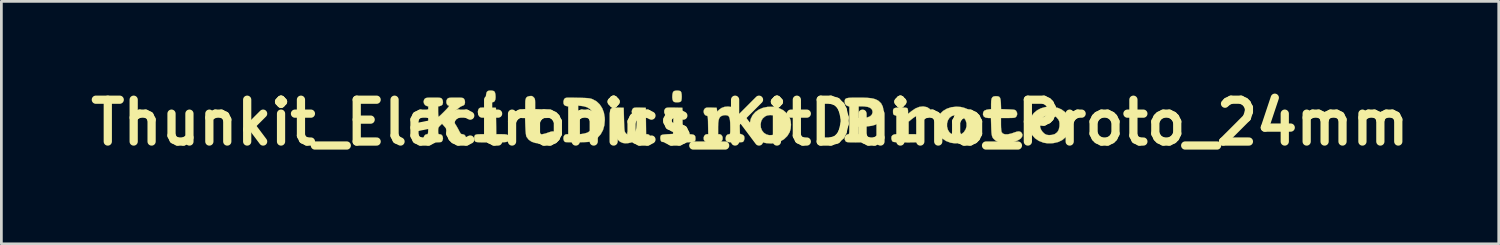
<source format=kicad_pcb>
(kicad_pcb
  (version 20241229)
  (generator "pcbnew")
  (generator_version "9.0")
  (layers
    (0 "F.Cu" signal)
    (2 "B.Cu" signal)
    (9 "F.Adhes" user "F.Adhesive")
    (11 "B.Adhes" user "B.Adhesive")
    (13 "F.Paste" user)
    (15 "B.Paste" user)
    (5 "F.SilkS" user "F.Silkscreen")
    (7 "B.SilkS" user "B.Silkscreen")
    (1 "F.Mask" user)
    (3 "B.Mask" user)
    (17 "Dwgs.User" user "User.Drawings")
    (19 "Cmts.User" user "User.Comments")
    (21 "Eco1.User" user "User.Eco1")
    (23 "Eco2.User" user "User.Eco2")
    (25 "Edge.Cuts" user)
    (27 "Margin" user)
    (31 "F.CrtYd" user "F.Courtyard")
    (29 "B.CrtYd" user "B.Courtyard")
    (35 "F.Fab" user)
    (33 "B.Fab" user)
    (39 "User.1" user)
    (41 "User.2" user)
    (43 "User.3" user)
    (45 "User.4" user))
  (footprint "Thunkit_Electronics_KitDuino_Proto_24mm"
    (layer "F.Cu")
    (at 24.282 1.418)
    (property "Reference" "Thunkit_Electronics_KitDuino_Proto_24mm" (at 0 0 0) (layer "F.SilkS") (effects (font (size 1.524 1.524) (thickness 0.3))))
    (attr through_hole)
    (fp_poly (pts (xy -9.407 -1.166) (xy -9.346 -1.152) (xy -9.317 -1.135) (xy -9.292 -1.087) (xy -9.278 -1.014) (xy -9.273 -0.93) (xy -9.28 -0.852) (xy -9.3 -0.795) (xy -9.301 -0.794) (xy -9.328 -0.762) (xy -9.364 -0.746) (xy -9.423 -0.741) (xy -9.449 -0.741) (xy -9.52 -0.746) (xy -9.57 -0.758) (xy -9.583 -0.767) (xy -9.611 -0.829) (xy -9.624 -0.914) (xy -9.621 -1.006) (xy -9.603 -1.089) (xy -9.58 -1.133) (xy -9.541 -1.156) (xy -9.478 -1.168) (xy -9.407 -1.166)) (stroke (width 0.01) (type solid)) (fill yes) (layer "F.SilkS"))
    (fp_poly (pts (xy -2.603 -1.164) (xy -2.543 -1.149) (xy -2.524 -1.136) (xy -2.505 -1.095) (xy -2.493 -1.027) (xy -2.489 -0.946) (xy -2.493 -0.867) (xy -2.504 -0.803) (xy -2.517 -0.775) (xy -2.558 -0.751) (xy -2.634 -0.741) (xy -2.659 -0.741) (xy -2.728 -0.744) (xy -2.77 -0.756) (xy -2.798 -0.782) (xy -2.807 -0.794) (xy -2.826 -0.85) (xy -2.834 -0.927) (xy -2.83 -1.011) (xy -2.816 -1.085) (xy -2.791 -1.134) (xy -2.79 -1.135) (xy -2.744 -1.157) (xy -2.675 -1.167) (xy -2.603 -1.164)) (stroke (width 0.01) (type solid)) (fill yes) (layer "F.SilkS"))
    (fp_poly (pts (xy -9.528 -0.546) (xy -9.525 -0.546) (xy -9.26 -0.54) (xy -9.255 -0.058) (xy -9.249 0.423) (xy -9.05 0.423) (xy -8.939 0.426) (xy -8.863 0.437) (xy -8.817 0.459) (xy -8.792 0.496) (xy -8.784 0.552) (xy -8.784 0.57) (xy -8.785 0.612) (xy -8.791 0.646) (xy -8.806 0.672) (xy -8.834 0.69) (xy -8.881 0.704) (xy -8.951 0.712) (xy -9.047 0.717) (xy -9.175 0.719) (xy -9.339 0.72) (xy -9.423 0.72) (xy -9.593 0.719) (xy -9.725 0.719) (xy -9.825 0.717) (xy -9.898 0.714) (xy -9.949 0.709) (xy -9.982 0.703) (xy -10.003 0.694) (xy -10.017 0.683) (xy -10.019 0.681) (xy -10.045 0.627) (xy -10.053 0.558) (xy -10.042 0.492) (xy -10.021 0.457) (xy -9.993 0.44) (xy -9.945 0.429) (xy -9.869 0.424) (xy -9.788 0.423) (xy -9.588 0.423) (xy -9.588 -0.227) (xy -9.719 -0.24) (xy -9.792 -0.251) (xy -9.85 -0.265) (xy -9.875 -0.276) (xy -9.908 -0.326) (xy -9.918 -0.392) (xy -9.907 -0.459) (xy -9.877 -0.514) (xy -9.835 -0.541) (xy -9.797 -0.545) (xy -9.726 -0.547) (xy -9.634 -0.547) (xy -9.528 -0.546)) (stroke (width 0.01) (type solid)) (fill yes) (layer "F.SilkS"))
    (fp_poly (pts (xy -2.756 -0.546) (xy -2.466 -0.54) (xy -2.46 -0.058) (xy -2.455 0.423) (xy -2.257 0.423) (xy -2.145 0.427) (xy -2.069 0.439) (xy -2.021 0.464) (xy -1.997 0.505) (xy -1.99 0.565) (xy -1.99 0.575) (xy -1.991 0.616) (xy -1.997 0.649) (xy -2.013 0.673) (xy -2.042 0.692) (xy -2.09 0.704) (xy -2.161 0.712) (xy -2.259 0.717) (xy -2.39 0.719) (xy -2.556 0.72) (xy -2.628 0.72) (xy -2.805 0.719) (xy -2.944 0.718) (xy -3.05 0.715) (xy -3.127 0.711) (xy -3.18 0.705) (xy -3.213 0.698) (xy -3.229 0.69) (xy -3.256 0.648) (xy -3.269 0.584) (xy -3.267 0.518) (xy -3.247 0.467) (xy -3.242 0.461) (xy -3.207 0.446) (xy -3.137 0.434) (xy -3.037 0.425) (xy -3.01 0.423) (xy -2.805 0.413) (xy -2.799 0.093) (xy -2.793 -0.227) (xy -2.926 -0.24) (xy -3.012 -0.253) (xy -3.067 -0.274) (xy -3.096 -0.299) (xy -3.127 -0.366) (xy -3.127 -0.44) (xy -3.094 -0.504) (xy -3.09 -0.509) (xy -3.069 -0.526) (xy -3.044 -0.537) (xy -3.005 -0.544) (xy -2.946 -0.547) (xy -2.859 -0.547) (xy -2.756 -0.546)) (stroke (width 0.01) (type solid)) (fill yes) (layer "F.SilkS"))
    (fp_poly (pts (xy 0.88 -0.57) (xy 1.057 -0.526) (xy 1.208 -0.451) (xy 1.333 -0.345) (xy 1.427 -0.211) (xy 1.446 -0.172) (xy 1.481 -0.055) (xy 1.492 0.08) (xy 1.481 0.217) (xy 1.447 0.339) (xy 1.443 0.349) (xy 1.359 0.486) (xy 1.245 0.598) (xy 1.106 0.682) (xy 0.948 0.737) (xy 0.775 0.759) (xy 0.594 0.748) (xy 0.516 0.732) (xy 0.356 0.674) (xy 0.222 0.585) (xy 0.115 0.472) (xy 0.039 0.338) (xy -0.003 0.189) (xy -0.008 0.051) (xy 0.386 0.051) (xy 0.393 0.177) (xy 0.434 0.284) (xy 0.502 0.37) (xy 0.591 0.429) (xy 0.695 0.458) (xy 0.808 0.454) (xy 0.923 0.413) (xy 0.947 0.399) (xy 1.023 0.329) (xy 1.072 0.237) (xy 1.095 0.131) (xy 1.092 0.021) (xy 1.064 -0.083) (xy 1.009 -0.172) (xy 0.931 -0.236) (xy 0.838 -0.268) (xy 0.732 -0.276) (xy 0.629 -0.262) (xy 0.55 -0.228) (xy 0.462 -0.152) (xy 0.41 -0.064) (xy 0.386 0.046) (xy 0.386 0.051) (xy -0.008 0.051) (xy -0.009 0.031) (xy 0.025 -0.133) (xy 0.028 -0.14) (xy 0.095 -0.274) (xy 0.196 -0.388) (xy 0.324 -0.477) (xy 0.474 -0.54) (xy 0.641 -0.574) (xy 0.82 -0.576) (xy 0.88 -0.57)) (stroke (width 0.01) (type solid)) (fill yes) (layer "F.SilkS"))
    (fp_poly (pts (xy 7.676 -0.57) (xy 7.8 -0.54) (xy 7.924 -0.491) (xy 8.034 -0.428) (xy 8.116 -0.358) (xy 8.122 -0.351) (xy 8.21 -0.215) (xy 8.263 -0.062) (xy 8.28 0.102) (xy 8.259 0.267) (xy 8.244 0.32) (xy 8.185 0.438) (xy 8.093 0.547) (xy 7.979 0.638) (xy 7.863 0.697) (xy 7.734 0.733) (xy 7.588 0.751) (xy 7.443 0.752) (xy 7.317 0.734) (xy 7.313 0.734) (xy 7.143 0.67) (xy 7.001 0.575) (xy 6.888 0.448) (xy 6.835 0.36) (xy 6.799 0.255) (xy 6.785 0.142) (xy 7.178 0.142) (xy 7.207 0.253) (xy 7.216 0.272) (xy 7.261 0.346) (xy 7.313 0.394) (xy 7.388 0.43) (xy 7.403 0.435) (xy 7.487 0.459) (xy 7.56 0.462) (xy 7.644 0.444) (xy 7.71 0.412) (xy 7.778 0.359) (xy 7.796 0.341) (xy 7.86 0.241) (xy 7.89 0.131) (xy 7.888 0.018) (xy 7.854 -0.089) (xy 7.79 -0.18) (xy 7.703 -0.244) (xy 7.623 -0.268) (xy 7.524 -0.274) (xy 7.424 -0.263) (xy 7.345 -0.236) (xy 7.265 -0.171) (xy 7.209 -0.08) (xy 7.179 0.028) (xy 7.178 0.142) (xy 6.785 0.142) (xy 6.783 0.129) (xy 6.787 -0.002) (xy 6.811 -0.122) (xy 6.829 -0.172) (xy 6.916 -0.312) (xy 7.032 -0.424) (xy 7.174 -0.508) (xy 7.338 -0.561) (xy 7.517 -0.58) (xy 7.676 -0.57)) (stroke (width 0.01) (type solid)) (fill yes) (layer "F.SilkS"))
    (fp_poly (pts (xy 11.063 -0.57) (xy 11.219 -0.536) (xy 11.35 -0.479) (xy 11.466 -0.394) (xy 11.479 -0.382) (xy 11.575 -0.272) (xy 11.637 -0.148) (xy 11.667 -0.004) (xy 11.671 0.095) (xy 11.663 0.226) (xy 11.637 0.331) (xy 11.589 0.423) (xy 11.512 0.519) (xy 11.503 0.529) (xy 11.379 0.634) (xy 11.234 0.705) (xy 11.065 0.745) (xy 10.981 0.752) (xy 10.826 0.752) (xy 10.7 0.732) (xy 10.69 0.729) (xy 10.522 0.664) (xy 10.385 0.571) (xy 10.282 0.453) (xy 10.214 0.311) (xy 10.18 0.147) (xy 10.179 0.104) (xy 10.566 0.104) (xy 10.573 0.172) (xy 10.604 0.256) (xy 10.66 0.338) (xy 10.732 0.406) (xy 10.803 0.444) (xy 10.894 0.456) (xy 10.999 0.448) (xy 11.094 0.422) (xy 11.111 0.413) (xy 11.195 0.35) (xy 11.249 0.259) (xy 11.275 0.138) (xy 11.277 0.106) (xy 11.278 0.02) (xy 11.268 -0.042) (xy 11.244 -0.098) (xy 11.235 -0.114) (xy 11.161 -0.202) (xy 11.062 -0.255) (xy 10.938 -0.275) (xy 10.927 -0.275) (xy 10.801 -0.257) (xy 10.698 -0.206) (xy 10.623 -0.127) (xy 10.578 -0.022) (xy 10.566 0.104) (xy 10.179 0.104) (xy 10.177 0.069) (xy 10.198 -0.087) (xy 10.254 -0.228) (xy 10.342 -0.349) (xy 10.459 -0.447) (xy 10.599 -0.521) (xy 10.759 -0.566) (xy 10.934 -0.58) (xy 11.063 -0.57)) (stroke (width 0.01) (type solid)) (fill yes) (layer "F.SilkS"))
    (fp_poly (pts (xy 6.44 -0.564) (xy 6.456 -0.558) (xy 6.536 -0.508) (xy 6.586 -0.439) (xy 6.602 -0.361) (xy 6.583 -0.281) (xy 6.561 -0.247) (xy 6.494 -0.194) (xy 6.408 -0.177) (xy 6.307 -0.197) (xy 6.275 -0.21) (xy 6.198 -0.24) (xy 6.134 -0.253) (xy 6.075 -0.245) (xy 6.011 -0.215) (xy 5.932 -0.159) (xy 5.867 -0.108) (xy 5.779 -0.035) (xy 5.779 0.423) (xy 5.989 0.423) (xy 6.102 0.426) (xy 6.18 0.435) (xy 6.229 0.456) (xy 6.255 0.49) (xy 6.265 0.542) (xy 6.265 0.57) (xy 6.264 0.615) (xy 6.257 0.65) (xy 6.239 0.676) (xy 6.205 0.695) (xy 6.151 0.707) (xy 6.072 0.715) (xy 5.964 0.718) (xy 5.82 0.72) (xy 5.712 0.72) (xy 5.541 0.719) (xy 5.41 0.717) (xy 5.313 0.712) (xy 5.247 0.706) (xy 5.209 0.698) (xy 5.2 0.693) (xy 5.172 0.655) (xy 5.153 0.598) (xy 5.151 0.59) (xy 5.154 0.512) (xy 5.192 0.458) (xy 5.263 0.428) (xy 5.323 0.423) (xy 5.419 0.423) (xy 5.419 -0.225) (xy 5.318 -0.256) (xy 5.258 -0.276) (xy 5.228 -0.297) (xy 5.215 -0.333) (xy 5.211 -0.378) (xy 5.211 -0.447) (xy 5.225 -0.495) (xy 5.26 -0.525) (xy 5.321 -0.542) (xy 5.415 -0.549) (xy 5.492 -0.55) (xy 5.608 -0.548) (xy 5.688 -0.54) (xy 5.73 -0.527) (xy 5.732 -0.525) (xy 5.748 -0.489) (xy 5.757 -0.43) (xy 5.757 -0.409) (xy 5.757 -0.318) (xy 5.885 -0.42) (xy 6.029 -0.517) (xy 6.171 -0.573) (xy 6.309 -0.589) (xy 6.44 -0.564)) (stroke (width 0.01) (type solid)) (fill yes) (layer "F.SilkS"))
    (fp_poly (pts (xy 9.032 -0.958) (xy 9.08 -0.94) (xy 9.111 -0.9) (xy 9.129 -0.834) (xy 9.139 -0.735) (xy 9.141 -0.69) (xy 9.148 -0.492) (xy 9.403 -0.483) (xy 9.512 -0.478) (xy 9.586 -0.473) (xy 9.635 -0.465) (xy 9.666 -0.453) (xy 9.688 -0.436) (xy 9.697 -0.425) (xy 9.731 -0.356) (xy 9.731 -0.281) (xy 9.699 -0.217) (xy 9.694 -0.212) (xy 9.672 -0.193) (xy 9.642 -0.181) (xy 9.597 -0.174) (xy 9.528 -0.17) (xy 9.427 -0.169) (xy 9.398 -0.169) (xy 9.144 -0.169) (xy 9.144 0.063) (xy 9.146 0.167) (xy 9.152 0.257) (xy 9.161 0.323) (xy 9.169 0.348) (xy 9.214 0.4) (xy 9.29 0.426) (xy 9.393 0.426) (xy 9.521 0.398) (xy 9.627 0.361) (xy 9.727 0.328) (xy 9.8 0.32) (xy 9.856 0.337) (xy 9.885 0.36) (xy 9.924 0.423) (xy 9.922 0.492) (xy 9.881 0.561) (xy 9.848 0.592) (xy 9.752 0.651) (xy 9.628 0.699) (xy 9.487 0.733) (xy 9.344 0.751) (xy 9.209 0.749) (xy 9.147 0.74) (xy 9.03 0.702) (xy 8.93 0.643) (xy 8.857 0.57) (xy 8.836 0.535) (xy 8.819 0.491) (xy 8.807 0.434) (xy 8.798 0.355) (xy 8.792 0.247) (xy 8.788 0.143) (xy 8.779 -0.169) (xy 8.676 -0.169) (xy 8.582 -0.183) (xy 8.519 -0.222) (xy 8.49 -0.286) (xy 8.488 -0.313) (xy 8.501 -0.388) (xy 8.544 -0.439) (xy 8.621 -0.469) (xy 8.668 -0.477) (xy 8.784 -0.492) (xy 8.784 -0.677) (xy 8.788 -0.794) (xy 8.803 -0.876) (xy 8.833 -0.927) (xy 8.88 -0.954) (xy 8.949 -0.963) (xy 8.961 -0.963) (xy 9.032 -0.958)) (stroke (width 0.01) (type solid)) (fill yes) (layer "F.SilkS"))
    (fp_poly (pts (xy -7.923 -0.956) (xy -7.886 -0.924) (xy -7.86 -0.895) (xy -7.844 -0.863) (xy -7.835 -0.818) (xy -7.832 -0.75) (xy -7.832 -0.681) (xy -7.832 -0.492) (xy -7.575 -0.483) (xy -7.465 -0.478) (xy -7.39 -0.473) (xy -7.341 -0.465) (xy -7.31 -0.454) (xy -7.288 -0.436) (xy -7.278 -0.425) (xy -7.245 -0.356) (xy -7.244 -0.281) (xy -7.277 -0.217) (xy -7.281 -0.212) (xy -7.304 -0.193) (xy -7.334 -0.181) (xy -7.379 -0.174) (xy -7.448 -0.17) (xy -7.549 -0.169) (xy -7.578 -0.169) (xy -7.832 -0.169) (xy -7.832 0.063) (xy -7.829 0.167) (xy -7.823 0.257) (xy -7.814 0.323) (xy -7.807 0.348) (xy -7.761 0.4) (xy -7.685 0.426) (xy -7.582 0.426) (xy -7.455 0.398) (xy -7.349 0.361) (xy -7.249 0.328) (xy -7.175 0.32) (xy -7.12 0.337) (xy -7.091 0.36) (xy -7.052 0.423) (xy -7.054 0.493) (xy -7.095 0.563) (xy -7.122 0.59) (xy -7.208 0.645) (xy -7.324 0.692) (xy -7.458 0.727) (xy -7.597 0.748) (xy -7.729 0.752) (xy -7.825 0.741) (xy -7.961 0.695) (xy -8.067 0.621) (xy -8.145 0.517) (xy -8.149 0.51) (xy -8.16 0.468) (xy -8.171 0.39) (xy -8.18 0.283) (xy -8.186 0.155) (xy -8.187 0.145) (xy -8.198 -0.169) (xy -8.3 -0.169) (xy -8.394 -0.183) (xy -8.456 -0.222) (xy -8.486 -0.286) (xy -8.488 -0.313) (xy -8.474 -0.388) (xy -8.431 -0.439) (xy -8.354 -0.469) (xy -8.308 -0.477) (xy -8.191 -0.492) (xy -8.191 -0.677) (xy -8.188 -0.791) (xy -8.173 -0.87) (xy -8.144 -0.922) (xy -8.097 -0.951) (xy -8.029 -0.967) (xy -7.966 -0.971) (xy -7.923 -0.956)) (stroke (width 0.01) (type solid)) (fill yes) (layer "F.SilkS"))
    (fp_poly (pts (xy -4.045 -0.547) (xy -4.014 -0.546) (xy -3.799 -0.54) (xy -3.794 -0.058) (xy -3.788 0.423) (xy -3.739 0.423) (xy -3.679 0.442) (xy -3.637 0.494) (xy -3.62 0.569) (xy -3.619 0.575) (xy -3.626 0.636) (xy -3.648 0.678) (xy -3.694 0.703) (xy -3.768 0.715) (xy -3.876 0.716) (xy -3.897 0.715) (xy -4.096 0.709) (xy -4.107 0.635) (xy -4.116 0.591) (xy -4.127 0.587) (xy -4.132 0.596) (xy -4.173 0.648) (xy -4.245 0.692) (xy -4.339 0.727) (xy -4.444 0.748) (xy -4.548 0.753) (xy -4.633 0.742) (xy -4.737 0.697) (xy -4.821 0.619) (xy -4.868 0.548) (xy -4.888 0.511) (xy -4.903 0.473) (xy -4.913 0.429) (xy -4.919 0.369) (xy -4.924 0.285) (xy -4.927 0.171) (xy -4.928 0.112) (xy -4.935 -0.231) (xy -5.006 -0.254) (xy -5.061 -0.28) (xy -5.09 -0.319) (xy -5.101 -0.384) (xy -5.101 -0.414) (xy -5.093 -0.471) (xy -5.066 -0.51) (xy -5.014 -0.534) (xy -4.932 -0.545) (xy -4.815 -0.546) (xy -4.802 -0.546) (xy -4.604 -0.54) (xy -4.593 -0.113) (xy -4.589 0.034) (xy -4.585 0.144) (xy -4.58 0.225) (xy -4.574 0.281) (xy -4.566 0.321) (xy -4.554 0.349) (xy -4.539 0.373) (xy -4.538 0.374) (xy -4.498 0.415) (xy -4.447 0.435) (xy -4.397 0.44) (xy -4.328 0.44) (xy -4.277 0.421) (xy -4.233 0.387) (xy -4.191 0.339) (xy -4.161 0.278) (xy -4.142 0.196) (xy -4.132 0.086) (xy -4.128 -0.047) (xy -4.128 -0.232) (xy -4.196 -0.249) (xy -4.262 -0.285) (xy -4.301 -0.344) (xy -4.311 -0.415) (xy -4.288 -0.485) (xy -4.263 -0.518) (xy -4.239 -0.534) (xy -4.2 -0.543) (xy -4.138 -0.547) (xy -4.045 -0.547)) (stroke (width 0.01) (type solid)) (fill yes) (layer "F.SilkS"))
    (fp_poly (pts (xy -6.505 -0.909) (xy -6.382 -0.907) (xy -6.287 -0.905) (xy -6.136 -0.902) (xy -6.02 -0.898) (xy -5.932 -0.893) (xy -5.865 -0.886) (xy -5.813 -0.876) (xy -5.767 -0.863) (xy -5.735 -0.851) (xy -5.595 -0.774) (xy -5.478 -0.664) (xy -5.388 -0.526) (xy -5.326 -0.363) (xy -5.295 -0.18) (xy -5.292 -0.095) (xy -5.31 0.099) (xy -5.36 0.274) (xy -5.443 0.425) (xy -5.555 0.55) (xy -5.694 0.645) (xy -5.726 0.66) (xy -5.764 0.677) (xy -5.803 0.689) (xy -5.849 0.698) (xy -5.908 0.704) (xy -5.988 0.709) (xy -6.096 0.712) (xy -6.237 0.714) (xy -6.276 0.715) (xy -6.41 0.716) (xy -6.53 0.715) (xy -6.63 0.713) (xy -6.703 0.71) (xy -6.741 0.706) (xy -6.746 0.704) (xy -6.783 0.657) (xy -6.801 0.59) (xy -6.795 0.521) (xy -6.793 0.514) (xy -6.759 0.454) (xy -6.714 0.429) (xy -6.265 0.429) (xy -6.133 0.414) (xy -6.044 0.399) (xy -5.957 0.375) (xy -5.91 0.357) (xy -5.824 0.296) (xy -5.762 0.215) (xy -5.735 0.165) (xy -5.718 0.119) (xy -5.709 0.065) (xy -5.705 -0.009) (xy -5.704 -0.095) (xy -5.705 -0.196) (xy -5.71 -0.266) (xy -5.721 -0.318) (xy -5.739 -0.364) (xy -5.762 -0.405) (xy -5.835 -0.495) (xy -5.933 -0.557) (xy -6.062 -0.596) (xy -6.134 -0.606) (xy -6.265 -0.62) (xy -6.265 0.429) (xy -6.714 0.429) (xy -6.711 0.427) (xy -6.673 0.424) (xy -6.625 0.423) (xy -6.625 -0.589) (xy -6.687 -0.603) (xy -6.741 -0.622) (xy -6.774 -0.646) (xy -6.797 -0.702) (xy -6.799 -0.774) (xy -6.78 -0.841) (xy -6.762 -0.869) (xy -6.746 -0.884) (xy -6.728 -0.895) (xy -6.701 -0.903) (xy -6.658 -0.908) (xy -6.595 -0.91) (xy -6.505 -0.909)) (stroke (width 0.01) (type solid)) (fill yes) (layer "F.SilkS"))
    (fp_poly (pts (xy 4.134 -0.908) (xy 4.284 -0.902) (xy 4.405 -0.89) (xy 4.502 -0.872) (xy 4.582 -0.845) (xy 4.651 -0.811) (xy 4.687 -0.788) (xy 4.777 -0.7) (xy 4.837 -0.583) (xy 4.865 -0.441) (xy 4.865 -0.44) (xy 4.86 -0.288) (xy 4.822 -0.159) (xy 4.749 -0.05) (xy 4.732 -0.032) (xy 4.652 0.033) (xy 4.556 0.081) (xy 4.437 0.115) (xy 4.287 0.135) (xy 4.186 0.142) (xy 3.958 0.154) (xy 3.958 0.423) (xy 4.073 0.423) (xy 4.164 0.431) (xy 4.22 0.458) (xy 4.248 0.509) (xy 4.255 0.57) (xy 4.252 0.622) (xy 4.24 0.66) (xy 4.213 0.687) (xy 4.166 0.704) (xy 4.094 0.714) (xy 3.99 0.719) (xy 3.849 0.72) (xy 3.849 0.72) (xy 3.722 0.719) (xy 3.631 0.717) (xy 3.568 0.713) (xy 3.528 0.706) (xy 3.502 0.695) (xy 3.485 0.681) (xy 3.453 0.62) (xy 3.45 0.552) (xy 3.472 0.489) (xy 3.514 0.442) (xy 3.573 0.423) (xy 3.574 0.423) (xy 3.588 0.422) (xy 3.599 0.417) (xy 3.607 0.401) (xy 3.613 0.369) (xy 3.616 0.318) (xy 3.618 0.242) (xy 3.619 0.136) (xy 3.619 -0.006) (xy 3.619 -0.082) (xy 3.619 -0.169) (xy 3.958 -0.169) (xy 4.076 -0.169) (xy 4.164 -0.174) (xy 4.253 -0.186) (xy 4.288 -0.193) (xy 4.38 -0.233) (xy 4.441 -0.296) (xy 4.466 -0.377) (xy 4.466 -0.39) (xy 4.447 -0.47) (xy 4.391 -0.529) (xy 4.298 -0.57) (xy 4.169 -0.59) (xy 4.09 -0.593) (xy 3.958 -0.593) (xy 3.958 -0.169) (xy 3.619 -0.169) (xy 3.619 -0.588) (xy 3.568 -0.601) (xy 3.497 -0.636) (xy 3.459 -0.697) (xy 3.45 -0.762) (xy 3.452 -0.809) (xy 3.463 -0.845) (xy 3.486 -0.871) (xy 3.527 -0.889) (xy 3.592 -0.901) (xy 3.684 -0.907) (xy 3.809 -0.91) (xy 3.948 -0.91) (xy 4.134 -0.908)) (stroke (width 0.01) (type solid)) (fill yes) (layer "F.SilkS"))
    (fp_poly (pts (xy -0.682 -0.569) (xy -0.572 -0.524) (xy -0.494 -0.462) (xy -0.459 -0.42) (xy -0.432 -0.372) (xy -0.413 -0.313) (xy -0.4 -0.235) (xy -0.39 -0.131) (xy -0.384 0.006) (xy -0.382 0.061) (xy -0.37 0.407) (xy -0.298 0.431) (xy -0.238 0.463) (xy -0.209 0.514) (xy -0.209 0.515) (xy -0.205 0.582) (xy -0.221 0.649) (xy -0.253 0.697) (xy -0.261 0.703) (xy -0.29 0.709) (xy -0.354 0.714) (xy -0.441 0.718) (xy -0.544 0.719) (xy -0.552 0.719) (xy -0.679 0.718) (xy -0.77 0.711) (xy -0.83 0.696) (xy -0.866 0.671) (xy -0.884 0.633) (xy -0.889 0.578) (xy -0.889 0.568) (xy -0.873 0.493) (xy -0.83 0.442) (xy -0.766 0.423) (xy -0.766 0.423) (xy -0.746 0.422) (xy -0.734 0.412) (xy -0.726 0.386) (xy -0.721 0.339) (xy -0.72 0.263) (xy -0.72 0.162) (xy -0.723 0.014) (xy -0.732 -0.097) (xy -0.749 -0.176) (xy -0.774 -0.227) (xy -0.805 -0.254) (xy -0.878 -0.273) (xy -0.965 -0.268) (xy -1.04 -0.242) (xy -1.089 -0.207) (xy -1.123 -0.158) (xy -1.146 -0.086) (xy -1.159 0.013) (xy -1.164 0.146) (xy -1.164 0.179) (xy -1.164 0.423) (xy -1.112 0.423) (xy -1.057 0.441) (xy -1.017 0.488) (xy -0.998 0.55) (xy -1.003 0.616) (xy -1.034 0.674) (xy -1.037 0.677) (xy -1.059 0.695) (xy -1.088 0.707) (xy -1.132 0.715) (xy -1.199 0.718) (xy -1.298 0.72) (xy -1.344 0.72) (xy -1.456 0.719) (xy -1.534 0.716) (xy -1.586 0.71) (xy -1.62 0.7) (xy -1.643 0.685) (xy -1.651 0.677) (xy -1.685 0.62) (xy -1.691 0.554) (xy -1.673 0.491) (xy -1.634 0.444) (xy -1.579 0.423) (xy -1.575 0.423) (xy -1.523 0.423) (xy -1.529 0.09) (xy -1.531 -0.035) (xy -1.534 -0.125) (xy -1.538 -0.184) (xy -1.544 -0.221) (xy -1.554 -0.24) (xy -1.568 -0.248) (xy -1.582 -0.25) (xy -1.639 -0.277) (xy -1.676 -0.33) (xy -1.691 -0.397) (xy -1.68 -0.464) (xy -1.65 -0.509) (xy -1.625 -0.529) (xy -1.593 -0.542) (xy -1.544 -0.547) (xy -1.468 -0.547) (xy -1.412 -0.546) (xy -1.217 -0.54) (xy -1.206 -0.469) (xy -1.196 -0.399) (xy -1.133 -0.465) (xy -1.04 -0.533) (xy -0.927 -0.574) (xy -0.804 -0.585) (xy -0.682 -0.569)) (stroke (width 0.01) (type solid)) (fill yes) (layer "F.SilkS"))
    (fp_poly (pts (xy -10.613 -0.91) (xy -10.537 -0.907) (xy -10.486 -0.901) (xy -10.454 -0.891) (xy -10.432 -0.875) (xy -10.424 -0.867) (xy -10.396 -0.813) (xy -10.387 -0.744) (xy -10.397 -0.679) (xy -10.417 -0.645) (xy -10.458 -0.62) (xy -10.512 -0.6) (xy -10.557 -0.576) (xy -10.624 -0.527) (xy -10.708 -0.456) (xy -10.776 -0.394) (xy -10.856 -0.316) (xy -10.91 -0.263) (xy -10.94 -0.228) (xy -10.951 -0.205) (xy -10.946 -0.19) (xy -10.929 -0.176) (xy -10.925 -0.173) (xy -10.878 -0.13) (xy -10.819 -0.057) (xy -10.753 0.036) (xy -10.687 0.142) (xy -10.627 0.251) (xy -10.617 0.27) (xy -10.577 0.347) (xy -10.547 0.393) (xy -10.521 0.416) (xy -10.491 0.423) (xy -10.481 0.423) (xy -10.413 0.442) (xy -10.368 0.492) (xy -10.351 0.57) (xy -10.351 0.575) (xy -10.358 0.638) (xy -10.384 0.681) (xy -10.436 0.706) (xy -10.519 0.718) (xy -10.599 0.72) (xy -10.704 0.716) (xy -10.77 0.706) (xy -10.801 0.69) (xy -10.822 0.659) (xy -10.857 0.6) (xy -10.899 0.521) (xy -10.929 0.462) (xy -10.982 0.363) (xy -11.043 0.264) (xy -11.102 0.181) (xy -11.125 0.152) (xy -11.224 0.04) (xy -11.295 0.109) (xy -11.336 0.153) (xy -11.358 0.194) (xy -11.366 0.249) (xy -11.367 0.3) (xy -11.365 0.37) (xy -11.358 0.407) (xy -11.342 0.421) (xy -11.319 0.424) (xy -11.257 0.435) (xy -11.217 0.475) (xy -11.199 0.514) (xy -11.19 0.58) (xy -11.205 0.647) (xy -11.238 0.697) (xy -11.246 0.703) (xy -11.276 0.709) (xy -11.339 0.714) (xy -11.427 0.718) (xy -11.531 0.719) (xy -11.548 0.719) (xy -11.664 0.719) (xy -11.745 0.716) (xy -11.799 0.711) (xy -11.833 0.701) (xy -11.854 0.687) (xy -11.861 0.681) (xy -11.893 0.62) (xy -11.896 0.552) (xy -11.874 0.489) (xy -11.832 0.442) (xy -11.773 0.423) (xy -11.772 0.423) (xy -11.758 0.422) (xy -11.747 0.417) (xy -11.739 0.401) (xy -11.733 0.37) (xy -11.73 0.319) (xy -11.727 0.243) (xy -11.727 0.136) (xy -11.726 -0.005) (xy -11.726 -0.084) (xy -11.726 -0.592) (xy -11.78 -0.605) (xy -11.843 -0.64) (xy -11.882 -0.699) (xy -11.895 -0.769) (xy -11.876 -0.837) (xy -11.853 -0.868) (xy -11.832 -0.885) (xy -11.803 -0.897) (xy -11.76 -0.905) (xy -11.694 -0.909) (xy -11.597 -0.91) (xy -11.539 -0.91) (xy -11.426 -0.91) (xy -11.347 -0.907) (xy -11.295 -0.902) (xy -11.261 -0.892) (xy -11.239 -0.878) (xy -11.228 -0.867) (xy -11.199 -0.81) (xy -11.19 -0.739) (xy -11.202 -0.673) (xy -11.216 -0.649) (xy -11.255 -0.621) (xy -11.304 -0.603) (xy -11.367 -0.589) (xy -11.367 -0.4) (xy -11.365 -0.317) (xy -11.36 -0.252) (xy -11.354 -0.216) (xy -11.35 -0.212) (xy -11.33 -0.226) (xy -11.286 -0.265) (xy -11.225 -0.323) (xy -11.152 -0.395) (xy -11.134 -0.413) (xy -11.062 -0.487) (xy -11.007 -0.549) (xy -10.973 -0.592) (xy -10.964 -0.613) (xy -10.967 -0.614) (xy -11.017 -0.632) (xy -11.051 -0.678) (xy -11.067 -0.74) (xy -11.062 -0.806) (xy -11.033 -0.863) (xy -11.028 -0.868) (xy -11.006 -0.886) (xy -10.977 -0.898) (xy -10.932 -0.905) (xy -10.864 -0.909) (xy -10.765 -0.91) (xy -10.724 -0.91) (xy -10.613 -0.91)) (stroke (width 0.01) (type solid)) (fill yes) (layer "F.SilkS")))
  (gr_rect
    (start -3 -3)
    (end 51.565 5.836)
    (stroke (width 0.1) (type default))
    (fill no)
    (layer "Edge.Cuts")))
</source>
